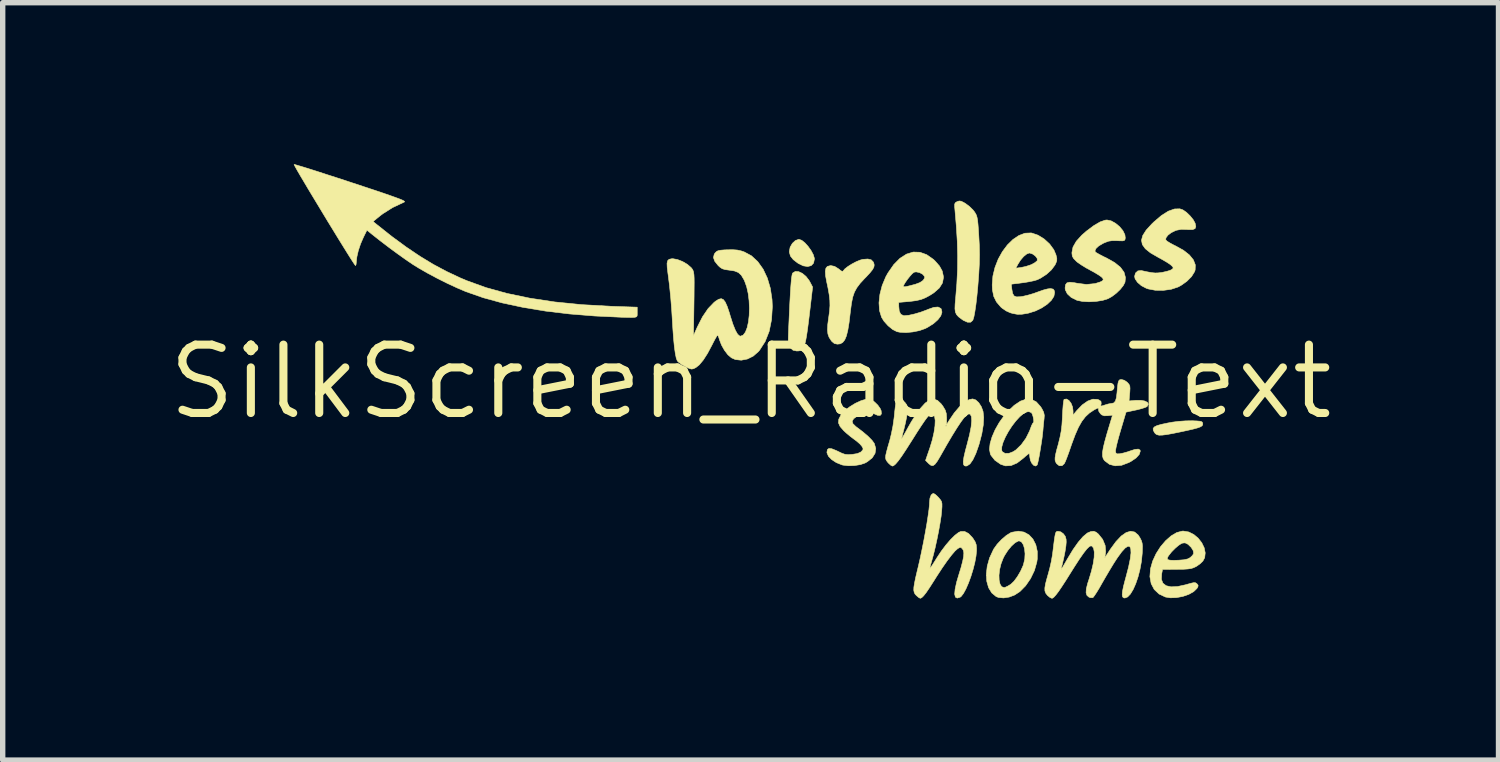
<source format=kicad_pcb>
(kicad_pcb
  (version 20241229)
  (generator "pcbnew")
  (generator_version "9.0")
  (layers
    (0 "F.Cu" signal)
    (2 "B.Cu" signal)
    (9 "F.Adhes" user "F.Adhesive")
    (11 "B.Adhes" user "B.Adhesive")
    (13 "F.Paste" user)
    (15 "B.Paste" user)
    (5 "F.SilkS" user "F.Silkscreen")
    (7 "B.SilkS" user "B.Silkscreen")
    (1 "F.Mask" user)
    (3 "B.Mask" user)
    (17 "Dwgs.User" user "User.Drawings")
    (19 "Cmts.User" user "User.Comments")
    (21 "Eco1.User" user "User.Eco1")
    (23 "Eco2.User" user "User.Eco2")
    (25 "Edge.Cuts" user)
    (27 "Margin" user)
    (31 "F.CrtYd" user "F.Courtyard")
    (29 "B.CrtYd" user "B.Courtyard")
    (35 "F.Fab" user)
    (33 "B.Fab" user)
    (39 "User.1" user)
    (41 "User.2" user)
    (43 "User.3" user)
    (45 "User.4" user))
  (footprint "SilkScreen_Radio-Text"
    (layer "F.Cu")
    (at 10.893 4.042)
    (property "Reference" "SilkScreen_Radio-Text" (at 0 0 0) (layer "F.SilkS") (effects (font (size 1.27 1.27) (thickness 0.15))))
    (attr through_hole)
    (fp_poly (pts (xy 0.95 -2.628) (xy 1.009 -2.581) (xy 1.069 -2.514) (xy 1.124 -2.437) (xy 1.165 -2.36) (xy 1.185 -2.292) (xy 1.185 -2.279) (xy 1.17 -2.205) (xy 1.126 -2.158) (xy 1.06 -2.141) (xy 0.978 -2.154) (xy 0.885 -2.199) (xy 0.794 -2.268) (xy 0.74 -2.336) (xy 0.72 -2.41) (xy 0.72 -2.424) (xy 0.735 -2.501) (xy 0.776 -2.572) (xy 0.832 -2.624) (xy 0.894 -2.646) (xy 0.899 -2.646) (xy 0.95 -2.628)) (stroke (width 0.01) (type solid)) (fill yes) (layer "F.SilkS"))
    (fp_poly (pts (xy 8.206 0.724) (xy 8.296 0.728) (xy 8.351 0.733) (xy 8.382 0.743) (xy 8.395 0.759) (xy 8.399 0.775) (xy 8.398 0.799) (xy 8.385 0.819) (xy 8.354 0.838) (xy 8.301 0.857) (xy 8.22 0.879) (xy 8.106 0.905) (xy 7.985 0.931) (xy 7.838 0.961) (xy 7.727 0.981) (xy 7.645 0.991) (xy 7.587 0.992) (xy 7.547 0.982) (xy 7.519 0.964) (xy 7.502 0.942) (xy 7.48 0.9) (xy 7.478 0.867) (xy 7.5 0.839) (xy 7.549 0.814) (xy 7.63 0.791) (xy 7.747 0.766) (xy 7.835 0.75) (xy 7.952 0.735) (xy 8.083 0.726) (xy 8.201 0.724) (xy 8.206 0.724)) (stroke (width 0.01) (type solid)) (fill yes) (layer "F.SilkS"))
    (fp_poly (pts (xy 0.893 -2.046) (xy 0.961 -2.014) (xy 1.029 -1.957) (xy 1.088 -1.88) (xy 1.1 -1.859) (xy 1.152 -1.76) (xy 1.104 -1.351) (xy 1.08 -1.149) (xy 1.059 -0.986) (xy 1.04 -0.856) (xy 1.022 -0.757) (xy 1.003 -0.684) (xy 0.983 -0.633) (xy 0.96 -0.6) (xy 0.932 -0.582) (xy 0.899 -0.574) (xy 0.859 -0.572) (xy 0.855 -0.572) (xy 0.789 -0.586) (xy 0.74 -0.63) (xy 0.722 -0.654) (xy 0.71 -0.679) (xy 0.703 -0.713) (xy 0.7 -0.763) (xy 0.701 -0.836) (xy 0.705 -0.941) (xy 0.708 -1.016) (xy 0.719 -1.254) (xy 0.728 -1.452) (xy 0.737 -1.615) (xy 0.745 -1.745) (xy 0.753 -1.846) (xy 0.76 -1.921) (xy 0.768 -1.973) (xy 0.775 -2.006) (xy 0.783 -2.021) (xy 0.831 -2.05) (xy 0.893 -2.046)) (stroke (width 0.01) (type solid)) (fill yes) (layer "F.SilkS"))
    (fp_poly (pts (xy 3.912 -3.354) (xy 3.961 -3.33) (xy 3.994 -3.31) (xy 4.066 -3.256) (xy 4.132 -3.191) (xy 4.155 -3.162) (xy 4.177 -3.128) (xy 4.194 -3.096) (xy 4.206 -3.056) (xy 4.216 -3.003) (xy 4.224 -2.928) (xy 4.232 -2.824) (xy 4.239 -2.713) (xy 4.249 -2.529) (xy 4.252 -2.363) (xy 4.249 -2.196) (xy 4.239 -2.01) (xy 4.236 -1.966) (xy 4.221 -1.771) (xy 4.204 -1.593) (xy 4.186 -1.437) (xy 4.167 -1.308) (xy 4.149 -1.211) (xy 4.131 -1.151) (xy 4.127 -1.142) (xy 4.088 -1.107) (xy 4.028 -1.107) (xy 3.951 -1.142) (xy 3.92 -1.164) (xy 3.863 -1.207) (xy 3.826 -1.248) (xy 3.804 -1.295) (xy 3.796 -1.357) (xy 3.799 -1.444) (xy 3.808 -1.541) (xy 3.831 -1.822) (xy 3.844 -2.086) (xy 3.846 -2.345) (xy 3.839 -2.612) (xy 3.821 -2.898) (xy 3.797 -3.179) (xy 3.79 -3.255) (xy 3.791 -3.3) (xy 3.802 -3.325) (xy 3.826 -3.341) (xy 3.838 -3.347) (xy 3.875 -3.359) (xy 3.912 -3.354)) (stroke (width 0.01) (type solid)) (fill yes) (layer "F.SilkS"))
    (fp_poly (pts (xy 2.241 -2.265) (xy 2.279 -2.226) (xy 2.287 -2.209) (xy 2.296 -2.17) (xy 2.29 -2.131) (xy 2.265 -2.084) (xy 2.217 -2.024) (xy 2.143 -1.944) (xy 2.115 -1.916) (xy 2.034 -1.828) (xy 1.974 -1.748) (xy 1.929 -1.666) (xy 1.897 -1.573) (xy 1.874 -1.459) (xy 1.855 -1.314) (xy 1.85 -1.274) (xy 1.829 -1.097) (xy 1.806 -0.958) (xy 1.78 -0.853) (xy 1.749 -0.779) (xy 1.711 -0.731) (xy 1.665 -0.705) (xy 1.613 -0.699) (xy 1.557 -0.71) (xy 1.509 -0.75) (xy 1.496 -0.767) (xy 1.458 -0.826) (xy 1.436 -0.889) (xy 1.428 -0.965) (xy 1.433 -1.063) (xy 1.45 -1.192) (xy 1.451 -1.197) (xy 1.467 -1.314) (xy 1.474 -1.414) (xy 1.472 -1.511) (xy 1.46 -1.616) (xy 1.438 -1.741) (xy 1.415 -1.849) (xy 1.393 -1.968) (xy 1.388 -2.053) (xy 1.399 -2.11) (xy 1.426 -2.143) (xy 1.487 -2.159) (xy 1.56 -2.144) (xy 1.634 -2.098) (xy 1.637 -2.095) (xy 1.685 -2.058) (xy 1.712 -2.051) (xy 1.721 -2.061) (xy 1.75 -2.096) (xy 1.807 -2.141) (xy 1.881 -2.188) (xy 1.961 -2.23) (xy 2.036 -2.261) (xy 2.084 -2.274) (xy 2.178 -2.281) (xy 2.241 -2.265)) (stroke (width 0.01) (type solid)) (fill yes) (layer "F.SilkS"))
    (fp_poly (pts (xy 5.079 2.792) (xy 5.171 2.843) (xy 5.245 2.923) (xy 5.298 3.027) (xy 5.326 3.152) (xy 5.325 3.293) (xy 5.317 3.349) (xy 5.272 3.507) (xy 5.2 3.656) (xy 5.108 3.79) (xy 5.001 3.898) (xy 4.904 3.961) (xy 4.804 3.999) (xy 4.7 4.015) (xy 4.608 4.007) (xy 4.563 3.991) (xy 4.48 3.922) (xy 4.421 3.826) (xy 4.387 3.706) (xy 4.38 3.594) (xy 4.614 3.594) (xy 4.617 3.685) (xy 4.633 3.757) (xy 4.663 3.806) (xy 4.706 3.822) (xy 4.727 3.819) (xy 4.777 3.796) (xy 4.833 3.762) (xy 4.833 3.762) (xy 4.893 3.705) (xy 4.956 3.62) (xy 5.015 3.519) (xy 5.062 3.415) (xy 5.07 3.39) (xy 5.093 3.292) (xy 5.098 3.193) (xy 5.089 3.103) (xy 5.067 3.028) (xy 5.034 2.977) (xy 4.991 2.956) (xy 4.972 2.958) (xy 4.913 2.99) (xy 4.845 3.052) (xy 4.777 3.135) (xy 4.716 3.23) (xy 4.692 3.278) (xy 4.651 3.384) (xy 4.625 3.491) (xy 4.614 3.594) (xy 4.38 3.594) (xy 4.379 3.57) (xy 4.396 3.424) (xy 4.439 3.272) (xy 4.508 3.123) (xy 4.518 3.104) (xy 4.581 3.016) (xy 4.662 2.93) (xy 4.748 2.856) (xy 4.829 2.805) (xy 4.856 2.795) (xy 4.973 2.775) (xy 5.079 2.792)) (stroke (width 0.01) (type solid)) (fill yes) (layer "F.SilkS"))
    (fp_poly (pts (xy 2.246 0.334) (xy 2.305 0.377) (xy 2.363 0.434) (xy 2.407 0.496) (xy 2.425 0.537) (xy 2.43 0.597) (xy 2.407 0.625) (xy 2.357 0.622) (xy 2.298 0.596) (xy 2.223 0.565) (xy 2.153 0.559) (xy 2.078 0.582) (xy 1.986 0.633) (xy 1.981 0.636) (xy 1.914 0.686) (xy 1.887 0.732) (xy 1.9 0.778) (xy 1.953 0.83) (xy 1.981 0.851) (xy 2.09 0.934) (xy 2.183 1.014) (xy 2.255 1.087) (xy 2.297 1.144) (xy 2.298 1.146) (xy 2.325 1.239) (xy 2.312 1.329) (xy 2.26 1.412) (xy 2.17 1.484) (xy 2.13 1.507) (xy 2.041 1.538) (xy 1.93 1.556) (xy 1.816 1.56) (xy 1.716 1.548) (xy 1.696 1.543) (xy 1.592 1.501) (xy 1.506 1.445) (xy 1.446 1.383) (xy 1.419 1.32) (xy 1.418 1.308) (xy 1.427 1.259) (xy 1.455 1.238) (xy 1.508 1.244) (xy 1.588 1.276) (xy 1.62 1.291) (xy 1.697 1.328) (xy 1.755 1.348) (xy 1.813 1.353) (xy 1.886 1.349) (xy 1.982 1.334) (xy 2.044 1.307) (xy 2.059 1.294) (xy 2.087 1.262) (xy 2.088 1.235) (xy 2.066 1.196) (xy 2.027 1.152) (xy 1.968 1.101) (xy 1.93 1.073) (xy 1.858 1.019) (xy 1.779 0.953) (xy 1.73 0.908) (xy 1.663 0.831) (xy 1.632 0.763) (xy 1.638 0.695) (xy 1.677 0.618) (xy 1.682 0.611) (xy 1.747 0.538) (xy 1.839 0.466) (xy 1.944 0.401) (xy 2.052 0.351) (xy 2.151 0.322) (xy 2.196 0.318) (xy 2.246 0.334)) (stroke (width 0.01) (type solid)) (fill yes) (layer "F.SilkS"))
    (fp_poly (pts (xy 8.029 -3.194) (xy 8.096 -3.148) (xy 8.164 -3.082) (xy 8.222 -3.011) (xy 8.256 -2.948) (xy 8.257 -2.948) (xy 8.27 -2.885) (xy 8.256 -2.845) (xy 8.211 -2.827) (xy 8.131 -2.827) (xy 8.105 -2.829) (xy 8 -2.832) (xy 7.911 -2.815) (xy 7.888 -2.807) (xy 7.81 -2.768) (xy 7.75 -2.721) (xy 7.715 -2.673) (xy 7.712 -2.636) (xy 7.736 -2.612) (xy 7.79 -2.578) (xy 7.863 -2.539) (xy 7.9 -2.521) (xy 8.042 -2.442) (xy 8.151 -2.356) (xy 8.225 -2.265) (xy 8.261 -2.172) (xy 8.258 -2.079) (xy 8.248 -2.047) (xy 8.191 -1.955) (xy 8.103 -1.866) (xy 7.995 -1.79) (xy 7.939 -1.76) (xy 7.811 -1.718) (xy 7.665 -1.698) (xy 7.518 -1.7) (xy 7.386 -1.725) (xy 7.351 -1.737) (xy 7.259 -1.785) (xy 7.188 -1.846) (xy 7.143 -1.912) (xy 7.133 -1.958) (xy 7.15 -2.02) (xy 7.194 -2.06) (xy 7.255 -2.066) (xy 7.258 -2.066) (xy 7.37 -2.042) (xy 7.453 -2.027) (xy 7.517 -2.021) (xy 7.575 -2.023) (xy 7.638 -2.031) (xy 7.654 -2.034) (xy 7.73 -2.051) (xy 7.793 -2.07) (xy 7.825 -2.086) (xy 7.849 -2.108) (xy 7.846 -2.129) (xy 7.817 -2.161) (xy 7.78 -2.19) (xy 7.715 -2.231) (xy 7.632 -2.279) (xy 7.564 -2.316) (xy 7.428 -2.395) (xy 7.332 -2.472) (xy 7.277 -2.549) (xy 7.261 -2.63) (xy 7.285 -2.718) (xy 7.348 -2.817) (xy 7.45 -2.929) (xy 7.491 -2.969) (xy 7.632 -3.089) (xy 7.759 -3.169) (xy 7.873 -3.21) (xy 7.973 -3.213) (xy 8.029 -3.194)) (stroke (width 0.01) (type solid)) (fill yes) (layer "F.SilkS"))
    (fp_poly (pts (xy 6.698 -2.989) (xy 6.779 -2.944) (xy 6.855 -2.881) (xy 6.916 -2.807) (xy 6.953 -2.731) (xy 6.96 -2.673) (xy 6.955 -2.642) (xy 6.942 -2.625) (xy 6.911 -2.618) (xy 6.853 -2.619) (xy 6.808 -2.621) (xy 6.719 -2.622) (xy 6.65 -2.612) (xy 6.583 -2.587) (xy 6.549 -2.572) (xy 6.466 -2.523) (xy 6.415 -2.475) (xy 6.397 -2.432) (xy 6.403 -2.413) (xy 6.426 -2.396) (xy 6.479 -2.366) (xy 6.553 -2.327) (xy 6.614 -2.298) (xy 6.763 -2.214) (xy 6.87 -2.127) (xy 6.937 -2.035) (xy 6.963 -1.938) (xy 6.955 -1.85) (xy 6.924 -1.789) (xy 6.867 -1.717) (xy 6.792 -1.645) (xy 6.71 -1.583) (xy 6.64 -1.544) (xy 6.539 -1.512) (xy 6.416 -1.493) (xy 6.286 -1.486) (xy 6.164 -1.493) (xy 6.065 -1.513) (xy 6.06 -1.515) (xy 5.956 -1.567) (xy 5.883 -1.634) (xy 5.846 -1.709) (xy 5.842 -1.743) (xy 5.85 -1.803) (xy 5.877 -1.838) (xy 5.929 -1.85) (xy 6.011 -1.841) (xy 6.067 -1.83) (xy 6.238 -1.808) (xy 6.399 -1.824) (xy 6.494 -1.854) (xy 6.539 -1.877) (xy 6.551 -1.899) (xy 6.542 -1.923) (xy 6.515 -1.95) (xy 6.459 -1.988) (xy 6.383 -2.034) (xy 6.327 -2.064) (xy 6.234 -2.115) (xy 6.146 -2.169) (xy 6.076 -2.217) (xy 6.051 -2.238) (xy 6.001 -2.289) (xy 5.976 -2.333) (xy 5.969 -2.388) (xy 5.969 -2.401) (xy 5.989 -2.503) (xy 6.05 -2.61) (xy 6.152 -2.723) (xy 6.24 -2.8) (xy 6.375 -2.901) (xy 6.491 -2.969) (xy 6.585 -3.002) (xy 6.62 -3.006) (xy 6.698 -2.989)) (stroke (width 0.01) (type solid)) (fill yes) (layer "F.SilkS"))
    (fp_poly (pts (xy 5.218 0.327) (xy 5.307 0.373) (xy 5.385 0.46) (xy 5.409 0.496) (xy 5.444 0.565) (xy 5.456 0.623) (xy 5.452 0.683) (xy 5.444 0.756) (xy 5.435 0.847) (xy 5.431 0.9) (xy 5.424 0.968) (xy 5.413 1.059) (xy 5.397 1.163) (xy 5.38 1.27) (xy 5.363 1.371) (xy 5.346 1.457) (xy 5.332 1.518) (xy 5.323 1.545) (xy 5.294 1.565) (xy 5.259 1.552) (xy 5.225 1.515) (xy 5.198 1.46) (xy 5.186 1.396) (xy 5.186 1.387) (xy 5.181 1.347) (xy 5.172 1.333) (xy 5.151 1.347) (xy 5.109 1.381) (xy 5.065 1.42) (xy 4.949 1.509) (xy 4.839 1.556) (xy 4.735 1.562) (xy 4.646 1.533) (xy 4.539 1.459) (xy 4.466 1.367) (xy 4.453 1.34) (xy 4.441 1.273) (xy 4.664 1.273) (xy 4.676 1.3) (xy 4.727 1.33) (xy 4.797 1.329) (xy 4.877 1.299) (xy 4.929 1.265) (xy 5.028 1.169) (xy 5.116 1.047) (xy 5.183 0.912) (xy 5.197 0.872) (xy 5.22 0.812) (xy 5.24 0.772) (xy 5.25 0.762) (xy 5.26 0.744) (xy 5.258 0.702) (xy 5.248 0.649) (xy 5.232 0.6) (xy 5.217 0.574) (xy 5.171 0.555) (xy 5.133 0.559) (xy 5.069 0.59) (xy 4.999 0.649) (xy 4.926 0.729) (xy 4.854 0.823) (xy 4.788 0.925) (xy 4.732 1.028) (xy 4.69 1.125) (xy 4.666 1.209) (xy 4.664 1.273) (xy 4.441 1.273) (xy 4.437 1.255) (xy 4.449 1.147) (xy 4.485 1.024) (xy 4.542 0.892) (xy 4.618 0.758) (xy 4.71 0.629) (xy 4.773 0.555) (xy 4.897 0.437) (xy 5.013 0.359) (xy 5.12 0.323) (xy 5.218 0.327)) (stroke (width 0.01) (type solid)) (fill yes) (layer "F.SilkS"))
    (fp_poly (pts (xy 3.146 -2.406) (xy 3.271 -2.361) (xy 3.394 -2.275) (xy 3.423 -2.248) (xy 3.509 -2.15) (xy 3.56 -2.057) (xy 3.581 -1.958) (xy 3.582 -1.934) (xy 3.564 -1.836) (xy 3.506 -1.743) (xy 3.406 -1.655) (xy 3.343 -1.614) (xy 3.253 -1.564) (xy 3.169 -1.53) (xy 3.077 -1.508) (xy 2.962 -1.493) (xy 2.916 -1.489) (xy 2.752 -1.475) (xy 2.752 -1.406) (xy 2.761 -1.312) (xy 2.79 -1.254) (xy 2.841 -1.229) (xy 2.859 -1.228) (xy 2.941 -1.236) (xy 3.047 -1.26) (xy 3.163 -1.294) (xy 3.275 -1.336) (xy 3.298 -1.346) (xy 3.404 -1.383) (xy 3.482 -1.389) (xy 3.533 -1.363) (xy 3.541 -1.353) (xy 3.555 -1.294) (xy 3.533 -1.225) (xy 3.479 -1.153) (xy 3.397 -1.08) (xy 3.292 -1.014) (xy 3.244 -0.989) (xy 3.136 -0.951) (xy 3.012 -0.926) (xy 2.887 -0.914) (xy 2.775 -0.92) (xy 2.719 -0.931) (xy 2.638 -0.972) (xy 2.554 -1.041) (xy 2.479 -1.124) (xy 2.433 -1.198) (xy 2.395 -1.321) (xy 2.385 -1.466) (xy 2.402 -1.624) (xy 2.44 -1.773) (xy 2.836 -1.773) (xy 2.846 -1.765) (xy 2.877 -1.766) (xy 2.937 -1.779) (xy 3.029 -1.803) (xy 3.06 -1.811) (xy 3.145 -1.843) (xy 3.205 -1.884) (xy 3.233 -1.928) (xy 3.232 -1.956) (xy 3.196 -1.998) (xy 3.138 -2.029) (xy 3.074 -2.042) (xy 3.036 -2.035) (xy 3.003 -2.009) (xy 2.959 -1.96) (xy 2.911 -1.9) (xy 2.87 -1.84) (xy 2.842 -1.792) (xy 2.836 -1.773) (xy 2.44 -1.773) (xy 2.444 -1.788) (xy 2.511 -1.949) (xy 2.551 -2.021) (xy 2.66 -2.178) (xy 2.776 -2.295) (xy 2.897 -2.372) (xy 3.021 -2.41) (xy 3.146 -2.406)) (stroke (width 0.01) (type solid)) (fill yes) (layer "F.SilkS"))
    (fp_poly (pts (xy 8.139 2.79) (xy 8.233 2.837) (xy 8.315 2.906) (xy 8.381 2.991) (xy 8.426 3.084) (xy 8.445 3.179) (xy 8.435 3.268) (xy 8.401 3.331) (xy 8.354 3.377) (xy 8.29 3.423) (xy 8.269 3.435) (xy 8.226 3.455) (xy 8.181 3.469) (xy 8.124 3.477) (xy 8.045 3.482) (xy 7.934 3.483) (xy 7.917 3.484) (xy 7.652 3.485) (xy 7.636 3.57) (xy 7.631 3.669) (xy 7.659 3.741) (xy 7.719 3.788) (xy 7.81 3.809) (xy 7.932 3.803) (xy 8.083 3.77) (xy 8.103 3.764) (xy 8.182 3.742) (xy 8.232 3.731) (xy 8.263 3.733) (xy 8.284 3.746) (xy 8.291 3.752) (xy 8.313 3.78) (xy 8.309 3.808) (xy 8.291 3.839) (xy 8.23 3.898) (xy 8.139 3.949) (xy 8.029 3.987) (xy 7.911 4.009) (xy 7.797 4.013) (xy 7.705 3.998) (xy 7.587 3.942) (xy 7.498 3.858) (xy 7.441 3.75) (xy 7.417 3.619) (xy 7.429 3.471) (xy 7.469 3.33) (xy 7.49 3.285) (xy 7.74 3.285) (xy 7.751 3.304) (xy 7.789 3.314) (xy 7.86 3.317) (xy 7.955 3.314) (xy 8.053 3.306) (xy 8.121 3.29) (xy 8.166 3.266) (xy 8.208 3.226) (xy 8.23 3.189) (xy 8.23 3.188) (xy 8.222 3.137) (xy 8.186 3.078) (xy 8.131 3.024) (xy 8.117 3.014) (xy 8.071 2.992) (xy 8.026 2.996) (xy 8.001 3.005) (xy 7.949 3.039) (xy 7.884 3.095) (xy 7.819 3.161) (xy 7.767 3.227) (xy 7.749 3.255) (xy 7.74 3.285) (xy 7.49 3.285) (xy 7.533 3.192) (xy 7.614 3.065) (xy 7.709 2.953) (xy 7.811 2.863) (xy 7.915 2.801) (xy 8.017 2.774) (xy 8.038 2.773) (xy 8.139 2.79)) (stroke (width 0.01) (type solid)) (fill yes) (layer "F.SilkS"))
    (fp_poly (pts (xy 5.224 -2.763) (xy 5.34 -2.723) (xy 5.454 -2.652) (xy 5.555 -2.559) (xy 5.633 -2.452) (xy 5.673 -2.357) (xy 5.688 -2.294) (xy 5.687 -2.248) (xy 5.668 -2.197) (xy 5.652 -2.166) (xy 5.588 -2.08) (xy 5.496 -1.996) (xy 5.386 -1.925) (xy 5.326 -1.896) (xy 5.267 -1.878) (xy 5.181 -1.86) (xy 5.083 -1.843) (xy 5.043 -1.838) (xy 4.842 -1.813) (xy 4.853 -1.719) (xy 4.867 -1.642) (xy 4.893 -1.596) (xy 4.939 -1.577) (xy 5.013 -1.58) (xy 5.061 -1.588) (xy 5.151 -1.609) (xy 5.257 -1.64) (xy 5.354 -1.675) (xy 5.439 -1.705) (xy 5.516 -1.725) (xy 5.572 -1.732) (xy 5.576 -1.731) (xy 5.622 -1.721) (xy 5.642 -1.691) (xy 5.647 -1.657) (xy 5.634 -1.587) (xy 5.586 -1.513) (xy 5.509 -1.44) (xy 5.409 -1.373) (xy 5.294 -1.317) (xy 5.168 -1.277) (xy 5.148 -1.272) (xy 5.043 -1.255) (xy 4.958 -1.253) (xy 4.874 -1.268) (xy 4.824 -1.282) (xy 4.748 -1.316) (xy 4.672 -1.368) (xy 4.647 -1.39) (xy 4.567 -1.484) (xy 4.517 -1.586) (xy 4.492 -1.708) (xy 4.488 -1.801) (xy 4.501 -1.965) (xy 4.536 -2.11) (xy 4.927 -2.11) (xy 5.027 -2.124) (xy 5.112 -2.142) (xy 5.2 -2.171) (xy 5.22 -2.179) (xy 5.278 -2.211) (xy 5.318 -2.243) (xy 5.327 -2.257) (xy 5.322 -2.295) (xy 5.289 -2.337) (xy 5.24 -2.373) (xy 5.187 -2.391) (xy 5.176 -2.392) (xy 5.129 -2.374) (xy 5.071 -2.327) (xy 5.013 -2.259) (xy 4.963 -2.179) (xy 4.962 -2.177) (xy 4.927 -2.11) (xy 4.536 -2.11) (xy 4.54 -2.125) (xy 4.6 -2.279) (xy 4.678 -2.419) (xy 4.77 -2.542) (xy 4.873 -2.643) (xy 4.983 -2.717) (xy 5.096 -2.76) (xy 5.208 -2.765) (xy 5.224 -2.763)) (stroke (width 0.01) (type solid)) (fill yes) (layer "F.SilkS"))
    (fp_poly (pts (xy -8.458 -4.033) (xy -8.4 -4.016) (xy -8.309 -3.989) (xy -8.19 -3.952) (xy -8.045 -3.906) (xy -7.88 -3.852) (xy -7.696 -3.793) (xy -7.5 -3.729) (xy -7.425 -3.704) (xy -7.192 -3.627) (xy -6.996 -3.562) (xy -6.835 -3.508) (xy -6.705 -3.463) (xy -6.604 -3.427) (xy -6.528 -3.399) (xy -6.476 -3.378) (xy -6.444 -3.362) (xy -6.429 -3.35) (xy -6.428 -3.342) (xy -6.435 -3.338) (xy -6.653 -3.235) (xy -6.833 -3.121) (xy -6.879 -3.086) (xy -7.013 -2.977) (xy -6.951 -2.927) (xy -6.665 -2.7) (xy -6.397 -2.503) (xy -6.143 -2.332) (xy -5.896 -2.182) (xy -5.649 -2.05) (xy -5.396 -1.931) (xy -5.271 -1.878) (xy -4.917 -1.75) (xy -4.527 -1.642) (xy -4.1 -1.553) (xy -3.637 -1.483) (xy -3.138 -1.433) (xy -2.604 -1.403) (xy -2.529 -1.4) (xy -2.106 -1.386) (xy -2.106 -1.291) (xy -2.106 -1.251) (xy -2.108 -1.224) (xy -2.121 -1.207) (xy -2.149 -1.198) (xy -2.2 -1.195) (xy -2.281 -1.196) (xy -2.396 -1.199) (xy -2.402 -1.199) (xy -2.892 -1.222) (xy -3.362 -1.26) (xy -3.807 -1.313) (xy -4.225 -1.382) (xy -4.613 -1.465) (xy -4.967 -1.562) (xy -5.284 -1.673) (xy -5.285 -1.673) (xy -5.447 -1.742) (xy -5.629 -1.826) (xy -5.817 -1.92) (xy -5.999 -2.017) (xy -6.163 -2.111) (xy -6.274 -2.18) (xy -6.401 -2.266) (xy -6.551 -2.373) (xy -6.713 -2.492) (xy -6.877 -2.617) (xy -7.033 -2.74) (xy -7.061 -2.763) (xy -7.127 -2.816) (xy -7.193 -2.682) (xy -7.245 -2.562) (xy -7.287 -2.436) (xy -7.314 -2.319) (xy -7.324 -2.229) (xy -7.328 -2.182) (xy -7.338 -2.159) (xy -7.34 -2.159) (xy -7.354 -2.177) (xy -7.387 -2.226) (xy -7.437 -2.304) (xy -7.501 -2.406) (xy -7.576 -2.527) (xy -7.661 -2.664) (xy -7.752 -2.813) (xy -7.848 -2.969) (xy -7.944 -3.128) (xy -8.04 -3.287) (xy -8.133 -3.441) (xy -8.22 -3.585) (xy -8.298 -3.717) (xy -8.366 -3.831) (xy -8.42 -3.924) (xy -8.458 -3.992) (xy -8.478 -4.03) (xy -8.48 -4.037) (xy -8.458 -4.033)) (stroke (width 0.01) (type solid)) (fill yes) (layer "F.SilkS"))
    (fp_poly (pts (xy 3.426 2.089) (xy 3.469 2.127) (xy 3.493 2.152) (xy 3.527 2.193) (xy 3.547 2.226) (xy 3.555 2.266) (xy 3.555 2.324) (xy 3.549 2.401) (xy 3.539 2.499) (xy 3.519 2.627) (xy 3.493 2.774) (xy 3.462 2.928) (xy 3.429 3.079) (xy 3.396 3.214) (xy 3.366 3.322) (xy 3.346 3.392) (xy 3.333 3.443) (xy 3.331 3.465) (xy 3.331 3.465) (xy 3.344 3.451) (xy 3.374 3.407) (xy 3.416 3.341) (xy 3.462 3.267) (xy 3.543 3.145) (xy 3.628 3.032) (xy 3.714 2.932) (xy 3.794 2.853) (xy 3.862 2.8) (xy 3.904 2.781) (xy 3.977 2.781) (xy 4.048 2.818) (xy 4.12 2.894) (xy 4.136 2.916) (xy 4.172 2.974) (xy 4.191 3.027) (xy 4.197 3.095) (xy 4.197 3.138) (xy 4.187 3.24) (xy 4.165 3.359) (xy 4.132 3.488) (xy 4.092 3.617) (xy 4.047 3.74) (xy 4 3.848) (xy 3.953 3.934) (xy 3.91 3.989) (xy 3.893 4.001) (xy 3.838 4.018) (xy 3.804 3.999) (xy 3.791 3.944) (xy 3.799 3.852) (xy 3.827 3.723) (xy 3.861 3.607) (xy 3.908 3.454) (xy 3.939 3.335) (xy 3.957 3.246) (xy 3.961 3.18) (xy 3.953 3.134) (xy 3.938 3.108) (xy 3.911 3.079) (xy 3.886 3.077) (xy 3.846 3.1) (xy 3.845 3.101) (xy 3.797 3.144) (xy 3.732 3.22) (xy 3.652 3.325) (xy 3.56 3.457) (xy 3.46 3.61) (xy 3.407 3.694) (xy 3.326 3.821) (xy 3.263 3.914) (xy 3.214 3.976) (xy 3.178 4.011) (xy 3.152 4.022) (xy 3.152 4.022) (xy 3.124 4.008) (xy 3.084 3.974) (xy 3.079 3.97) (xy 3.054 3.942) (xy 3.039 3.911) (xy 3.031 3.871) (xy 3.033 3.816) (xy 3.045 3.74) (xy 3.066 3.637) (xy 3.098 3.501) (xy 3.113 3.44) (xy 3.147 3.292) (xy 3.181 3.131) (xy 3.215 2.963) (xy 3.246 2.796) (xy 3.274 2.638) (xy 3.296 2.495) (xy 3.313 2.375) (xy 3.322 2.285) (xy 3.323 2.251) (xy 3.331 2.163) (xy 3.354 2.102) (xy 3.388 2.075) (xy 3.396 2.074) (xy 3.426 2.089)) (stroke (width 0.01) (type solid)) (fill yes) (layer "F.SilkS"))
    (fp_poly (pts (xy -0.245 -2.447) (xy -0.174 -2.431) (xy -0.118 -2.412) (xy 0.016 -2.34) (xy 0.133 -2.232) (xy 0.233 -2.092) (xy 0.311 -1.926) (xy 0.367 -1.736) (xy 0.398 -1.528) (xy 0.404 -1.395) (xy 0.389 -1.154) (xy 0.345 -0.937) (xy 0.27 -0.747) (xy 0.167 -0.587) (xy 0.145 -0.561) (xy 0.049 -0.477) (xy -0.06 -0.423) (xy -0.174 -0.401) (xy -0.283 -0.413) (xy -0.355 -0.445) (xy -0.421 -0.501) (xy -0.486 -0.586) (xy -0.541 -0.684) (xy -0.577 -0.778) (xy -0.594 -0.832) (xy -0.609 -0.864) (xy -0.614 -0.868) (xy -0.627 -0.85) (xy -0.655 -0.802) (xy -0.692 -0.733) (xy -0.717 -0.683) (xy -0.8 -0.527) (xy -0.879 -0.404) (xy -0.953 -0.315) (xy -1.017 -0.264) (xy -1.06 -0.243) (xy -1.093 -0.236) (xy -1.13 -0.244) (xy -1.185 -0.268) (xy -1.222 -0.287) (xy -1.288 -0.325) (xy -1.341 -0.367) (xy -1.362 -0.389) (xy -1.381 -0.439) (xy -1.399 -0.527) (xy -1.416 -0.649) (xy -1.431 -0.802) (xy -1.444 -0.981) (xy -1.45 -1.079) (xy -1.465 -1.324) (xy -1.484 -1.565) (xy -1.507 -1.791) (xy -1.532 -1.989) (xy -1.535 -2.009) (xy -1.549 -2.122) (xy -1.552 -2.2) (xy -1.541 -2.249) (xy -1.514 -2.275) (xy -1.469 -2.285) (xy -1.442 -2.286) (xy -1.359 -2.271) (xy -1.264 -2.234) (xy -1.174 -2.181) (xy -1.105 -2.121) (xy -1.088 -2.1) (xy -1.075 -2.08) (xy -1.065 -2.057) (xy -1.058 -2.028) (xy -1.052 -1.986) (xy -1.049 -1.927) (xy -1.048 -1.845) (xy -1.049 -1.736) (xy -1.05 -1.593) (xy -1.052 -1.446) (xy -1.061 -0.857) (xy -0.989 -1.019) (xy -0.893 -1.207) (xy -0.789 -1.36) (xy -0.679 -1.474) (xy -0.649 -1.498) (xy -0.593 -1.533) (xy -0.546 -1.544) (xy -0.507 -1.528) (xy -0.471 -1.481) (xy -0.435 -1.401) (xy -0.395 -1.283) (xy -0.378 -1.224) (xy -0.329 -1.071) (xy -0.283 -0.957) (xy -0.241 -0.883) (xy -0.201 -0.849) (xy -0.19 -0.847) (xy -0.139 -0.866) (xy -0.097 -0.921) (xy -0.064 -1.005) (xy -0.04 -1.112) (xy -0.026 -1.235) (xy -0.022 -1.368) (xy -0.028 -1.505) (xy -0.045 -1.64) (xy -0.073 -1.765) (xy -0.113 -1.876) (xy -0.125 -1.9) (xy -0.173 -1.98) (xy -0.227 -2.03) (xy -0.301 -2.059) (xy -0.392 -2.073) (xy -0.473 -2.084) (xy -0.528 -2.101) (xy -0.572 -2.131) (xy -0.603 -2.16) (xy -0.666 -2.239) (xy -0.69 -2.308) (xy -0.675 -2.371) (xy -0.659 -2.393) (xy -0.635 -2.418) (xy -0.605 -2.434) (xy -0.558 -2.444) (xy -0.485 -2.45) (xy -0.431 -2.452) (xy -0.325 -2.453) (xy -0.245 -2.447)) (stroke (width 0.01) (type solid)) (fill yes) (layer "F.SilkS"))
    (fp_poly (pts (xy 7.134 2.791) (xy 7.2 2.847) (xy 7.234 2.9) (xy 7.259 2.95) (xy 7.273 2.997) (xy 7.279 3.052) (xy 7.277 3.129) (xy 7.275 3.186) (xy 7.26 3.337) (xy 7.233 3.485) (xy 7.197 3.625) (xy 7.154 3.751) (xy 7.106 3.859) (xy 7.055 3.943) (xy 7.003 3.997) (xy 6.953 4.017) (xy 6.93 4.013) (xy 6.91 3.995) (xy 6.903 3.957) (xy 6.908 3.895) (xy 6.926 3.804) (xy 6.958 3.68) (xy 6.975 3.618) (xy 7.022 3.438) (xy 7.052 3.291) (xy 7.066 3.179) (xy 7.062 3.101) (xy 7.043 3.06) (xy 7.008 3.055) (xy 6.958 3.088) (xy 6.893 3.159) (xy 6.813 3.269) (xy 6.808 3.277) (xy 6.742 3.379) (xy 6.667 3.503) (xy 6.591 3.632) (xy 6.529 3.74) (xy 6.475 3.835) (xy 6.426 3.915) (xy 6.386 3.975) (xy 6.361 4.007) (xy 6.356 4.01) (xy 6.314 4.01) (xy 6.285 4) (xy 6.248 3.968) (xy 6.232 3.919) (xy 6.236 3.847) (xy 6.261 3.746) (xy 6.284 3.676) (xy 6.331 3.52) (xy 6.364 3.38) (xy 6.382 3.259) (xy 6.384 3.161) (xy 6.371 3.091) (xy 6.342 3.053) (xy 6.32 3.048) (xy 6.29 3.062) (xy 6.246 3.105) (xy 6.187 3.18) (xy 6.112 3.287) (xy 6.02 3.429) (xy 5.96 3.524) (xy 5.862 3.681) (xy 5.782 3.804) (xy 5.719 3.897) (xy 5.67 3.961) (xy 5.634 4.001) (xy 5.607 4.02) (xy 5.597 4.022) (xy 5.562 4.007) (xy 5.519 3.972) (xy 5.513 3.966) (xy 5.483 3.927) (xy 5.467 3.884) (xy 5.466 3.83) (xy 5.478 3.755) (xy 5.505 3.653) (xy 5.524 3.586) (xy 5.556 3.469) (xy 5.585 3.341) (xy 5.606 3.222) (xy 5.611 3.186) (xy 5.628 3.047) (xy 5.641 2.944) (xy 5.652 2.872) (xy 5.661 2.825) (xy 5.671 2.798) (xy 5.682 2.784) (xy 5.696 2.779) (xy 5.709 2.777) (xy 5.762 2.788) (xy 5.81 2.823) (xy 5.845 2.87) (xy 5.861 2.927) (xy 5.863 2.978) (xy 5.857 3.051) (xy 5.841 3.154) (xy 5.817 3.274) (xy 5.787 3.402) (xy 5.765 3.482) (xy 5.771 3.481) (xy 5.793 3.448) (xy 5.829 3.388) (xy 5.875 3.308) (xy 5.89 3.282) (xy 5.991 3.115) (xy 6.087 2.979) (xy 6.176 2.876) (xy 6.256 2.809) (xy 6.32 2.782) (xy 6.375 2.777) (xy 6.418 2.794) (xy 6.46 2.828) (xy 6.54 2.928) (xy 6.586 3.04) (xy 6.596 3.155) (xy 6.594 3.172) (xy 6.579 3.27) (xy 6.683 3.111) (xy 6.787 2.969) (xy 6.885 2.865) (xy 6.976 2.801) (xy 7.059 2.776) (xy 7.134 2.791)) (stroke (width 0.01) (type solid)) (fill yes) (layer "F.SilkS"))
    (fp_poly (pts (xy 6.942 -0.028) (xy 6.995 0.008) (xy 6.999 0.013) (xy 7.028 0.045) (xy 7.044 0.078) (xy 7.048 0.123) (xy 7.044 0.196) (xy 7.042 0.211) (xy 7.03 0.356) (xy 7.15 0.345) (xy 7.247 0.344) (xy 7.321 0.357) (xy 7.37 0.381) (xy 7.388 0.414) (xy 7.37 0.452) (xy 7.358 0.464) (xy 7.324 0.479) (xy 7.261 0.499) (xy 7.18 0.52) (xy 7.151 0.526) (xy 6.974 0.564) (xy 6.874 0.901) (xy 6.84 1.018) (xy 6.812 1.123) (xy 6.791 1.21) (xy 6.78 1.27) (xy 6.778 1.291) (xy 6.787 1.326) (xy 6.812 1.339) (xy 6.858 1.337) (xy 6.922 1.324) (xy 7.001 1.302) (xy 7.038 1.289) (xy 7.136 1.257) (xy 7.201 1.25) (xy 7.234 1.268) (xy 7.239 1.288) (xy 7.219 1.35) (xy 7.16 1.415) (xy 7.066 1.479) (xy 7.024 1.501) (xy 6.892 1.551) (xy 6.772 1.561) (xy 6.667 1.534) (xy 6.579 1.468) (xy 6.572 1.461) (xy 6.549 1.425) (xy 6.537 1.377) (xy 6.537 1.313) (xy 6.551 1.226) (xy 6.578 1.113) (xy 6.619 0.966) (xy 6.63 0.929) (xy 6.723 0.62) (xy 6.634 0.63) (xy 6.569 0.632) (xy 6.524 0.615) (xy 6.499 0.593) (xy 6.468 0.548) (xy 6.462 0.509) (xy 6.463 0.489) (xy 6.447 0.489) (xy 6.405 0.509) (xy 6.381 0.522) (xy 6.295 0.579) (xy 6.22 0.648) (xy 6.153 0.735) (xy 6.09 0.846) (xy 6.028 0.987) (xy 5.963 1.162) (xy 5.948 1.206) (xy 5.912 1.31) (xy 5.878 1.402) (xy 5.85 1.474) (xy 5.83 1.516) (xy 5.829 1.519) (xy 5.785 1.559) (xy 5.734 1.56) (xy 5.687 1.522) (xy 5.684 1.519) (xy 5.666 1.488) (xy 5.656 1.455) (xy 5.656 1.411) (xy 5.666 1.349) (xy 5.687 1.262) (xy 5.717 1.154) (xy 5.747 1.032) (xy 5.769 0.92) (xy 5.783 0.803) (xy 5.792 0.662) (xy 5.793 0.629) (xy 5.799 0.522) (xy 5.806 0.431) (xy 5.814 0.364) (xy 5.822 0.329) (xy 5.824 0.326) (xy 5.869 0.32) (xy 5.914 0.347) (xy 5.953 0.399) (xy 5.981 0.469) (xy 5.99 0.541) (xy 5.99 0.618) (xy 6.059 0.535) (xy 6.161 0.429) (xy 6.262 0.358) (xy 6.358 0.323) (xy 6.445 0.327) (xy 6.47 0.337) (xy 6.508 0.363) (xy 6.513 0.402) (xy 6.511 0.411) (xy 6.505 0.442) (xy 6.516 0.451) (xy 6.553 0.441) (xy 6.578 0.432) (xy 6.641 0.413) (xy 6.695 0.403) (xy 6.702 0.403) (xy 6.746 0.393) (xy 6.776 0.359) (xy 6.795 0.297) (xy 6.807 0.199) (xy 6.807 0.198) (xy 6.816 0.094) (xy 6.825 0.026) (xy 6.837 -0.015) (xy 6.853 -0.035) (xy 6.878 -0.042) (xy 6.891 -0.042) (xy 6.942 -0.028)) (stroke (width 0.01) (type solid)) (fill yes) (layer "F.SilkS"))
    (fp_poly (pts (xy 4.182 0.337) (xy 4.238 0.388) (xy 4.286 0.463) (xy 4.318 0.55) (xy 4.318 0.551) (xy 4.33 0.663) (xy 4.322 0.803) (xy 4.295 0.966) (xy 4.249 1.143) (xy 4.24 1.174) (xy 4.184 1.333) (xy 4.129 1.449) (xy 4.075 1.526) (xy 4.021 1.562) (xy 3.997 1.566) (xy 3.969 1.558) (xy 3.953 1.529) (xy 3.951 1.477) (xy 3.963 1.396) (xy 3.989 1.283) (xy 4.021 1.164) (xy 4.067 0.985) (xy 4.096 0.838) (xy 4.107 0.724) (xy 4.102 0.645) (xy 4.079 0.603) (xy 4.071 0.599) (xy 4.043 0.6) (xy 4.007 0.625) (xy 3.96 0.674) (xy 3.903 0.751) (xy 3.833 0.857) (xy 3.748 0.994) (xy 3.647 1.165) (xy 3.53 1.371) (xy 3.522 1.385) (xy 3.467 1.477) (xy 3.424 1.533) (xy 3.388 1.558) (xy 3.353 1.554) (xy 3.314 1.525) (xy 3.308 1.519) (xy 3.25 1.461) (xy 3.331 1.226) (xy 3.376 1.078) (xy 3.407 0.94) (xy 3.425 0.819) (xy 3.425 0.815) (xy 3.619 0.815) (xy 3.63 0.826) (xy 3.641 0.815) (xy 3.63 0.804) (xy 3.619 0.815) (xy 3.425 0.815) (xy 3.429 0.719) (xy 3.418 0.645) (xy 3.393 0.602) (xy 3.367 0.593) (xy 3.345 0.599) (xy 3.317 0.62) (xy 3.281 0.66) (xy 3.235 0.722) (xy 3.175 0.81) (xy 3.099 0.926) (xy 3.006 1.074) (xy 2.983 1.11) (xy 2.885 1.264) (xy 2.806 1.383) (xy 2.742 1.471) (xy 2.693 1.528) (xy 2.656 1.559) (xy 2.635 1.566) (xy 2.605 1.551) (xy 2.564 1.514) (xy 2.551 1.5) (xy 2.528 1.47) (xy 2.513 1.442) (xy 2.507 1.409) (xy 2.511 1.363) (xy 2.526 1.298) (xy 2.551 1.205) (xy 2.584 1.093) (xy 2.615 0.967) (xy 2.644 0.822) (xy 2.664 0.681) (xy 2.668 0.649) (xy 2.678 0.548) (xy 2.688 0.46) (xy 2.696 0.394) (xy 2.7 0.365) (xy 2.724 0.326) (xy 2.767 0.318) (xy 2.819 0.34) (xy 2.868 0.385) (xy 2.899 0.426) (xy 2.914 0.464) (xy 2.916 0.515) (xy 2.91 0.579) (xy 2.897 0.662) (xy 2.876 0.766) (xy 2.851 0.869) (xy 2.848 0.882) (xy 2.827 0.961) (xy 2.812 1.022) (xy 2.805 1.055) (xy 2.806 1.058) (xy 2.817 1.041) (xy 2.844 0.994) (xy 2.884 0.924) (xy 2.93 0.84) (xy 2.989 0.737) (xy 3.055 0.633) (xy 3.117 0.542) (xy 3.153 0.495) (xy 3.243 0.396) (xy 3.325 0.339) (xy 3.4 0.322) (xy 3.471 0.345) (xy 3.539 0.409) (xy 3.572 0.453) (xy 3.615 0.525) (xy 3.635 0.589) (xy 3.641 0.669) (xy 3.641 0.674) (xy 3.641 0.794) (xy 3.687 0.72) (xy 3.783 0.578) (xy 3.88 0.464) (xy 3.975 0.38) (xy 4.062 0.33) (xy 4.126 0.318) (xy 4.182 0.337)) (stroke (width 0.01) (type solid)) (fill yes) (layer "F.SilkS")))
  (gr_rect
    (start -3 -3)
    (end 24.786 11.069)
    (stroke (width 0.1) (type default))
    (fill no)
    (layer "Edge.Cuts")))
</source>
